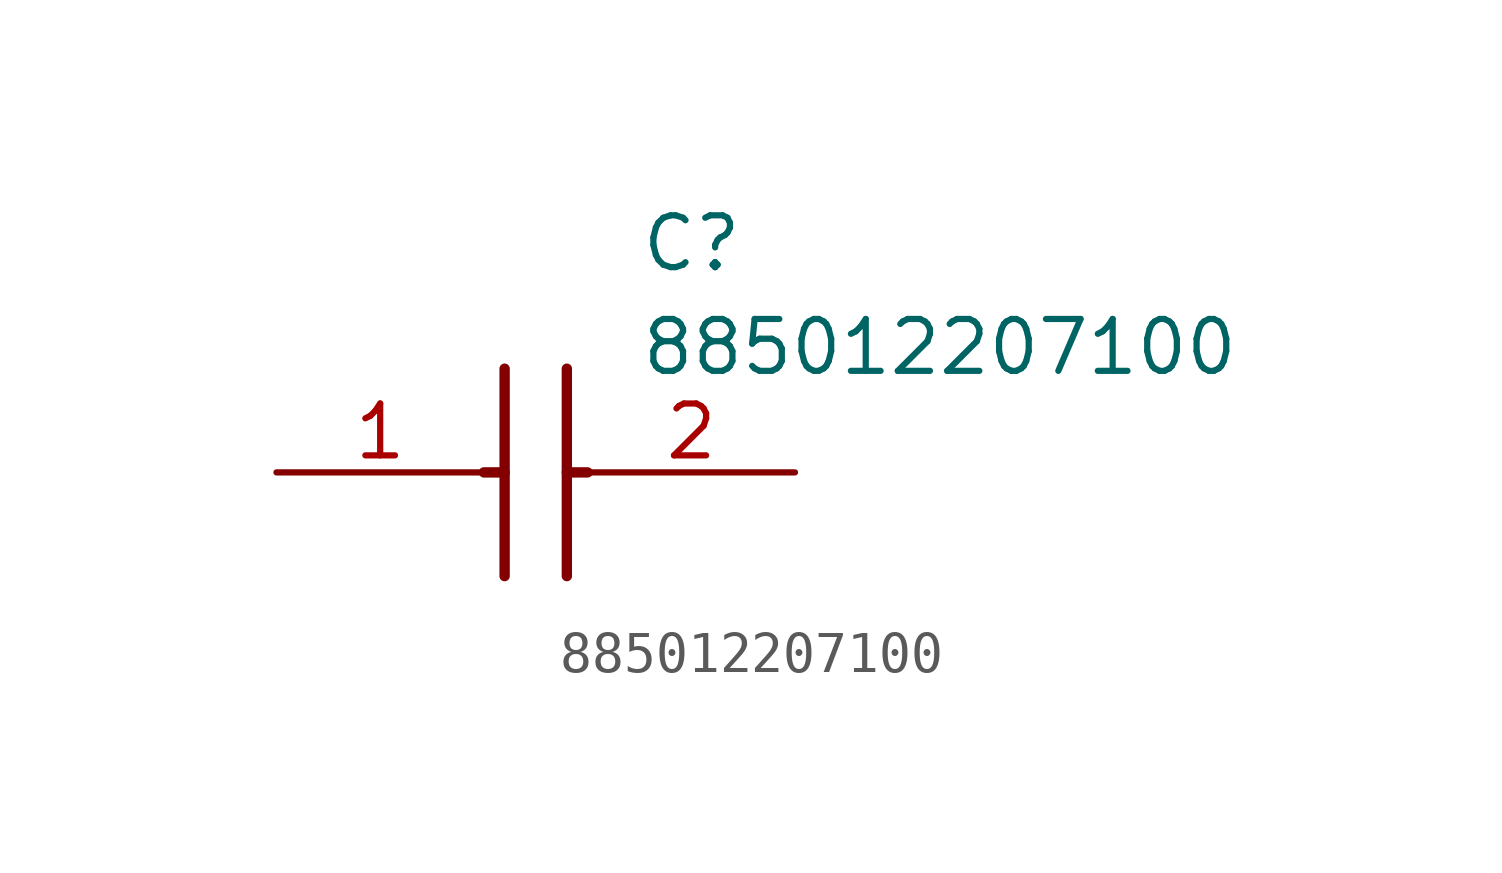
<source format=kicad_sym>
(kicad_symbol_lib
  (version 20211014)
  (generator SamacSys_ECAD_Model)
  (symbol "885012207100"
    (pin_names hide)
    (property "Reference" "C"
      (at 8.89 6.35 0)
      (effects (font (size 1.27 1.27)) (justify left top)))
    (property "Value" "885012207100"
      (at 8.89 3.81 0)
      (effects (font (size 1.27 1.27)) (justify left top)))
    (polyline
      (pts (xy 5.588 2.54) (xy 5.588 -2.54))
      (stroke (width 0.254) (type default))
      (fill (type none)))
    (polyline
      (pts (xy 7.112 2.54) (xy 7.112 -2.54))
      (stroke (width 0.254) (type default))
      (fill (type none)))
    (polyline
      (pts (xy 5.08 0) (xy 5.588 0))
      (stroke (width 0.254) (type default))
      (fill (type none)))
    (polyline
      (pts (xy 7.112 0) (xy 7.62 0))
      (stroke (width 0.254) (type default))
      (fill (type none)))
    (pin passive line
      (at 0 0 0)
      (length 5.08)
      (name "1" (effects (font (size 1.27 1.27))))
      (number "1" (effects (font (size 1.27 1.27)))))
    (pin passive line
      (at 12.7 0 180)
      (length 5.08)
      (name "2" (effects (font (size 1.27 1.27))))
      (number "2" (effects (font (size 1.27 1.27)))))))
</source>
